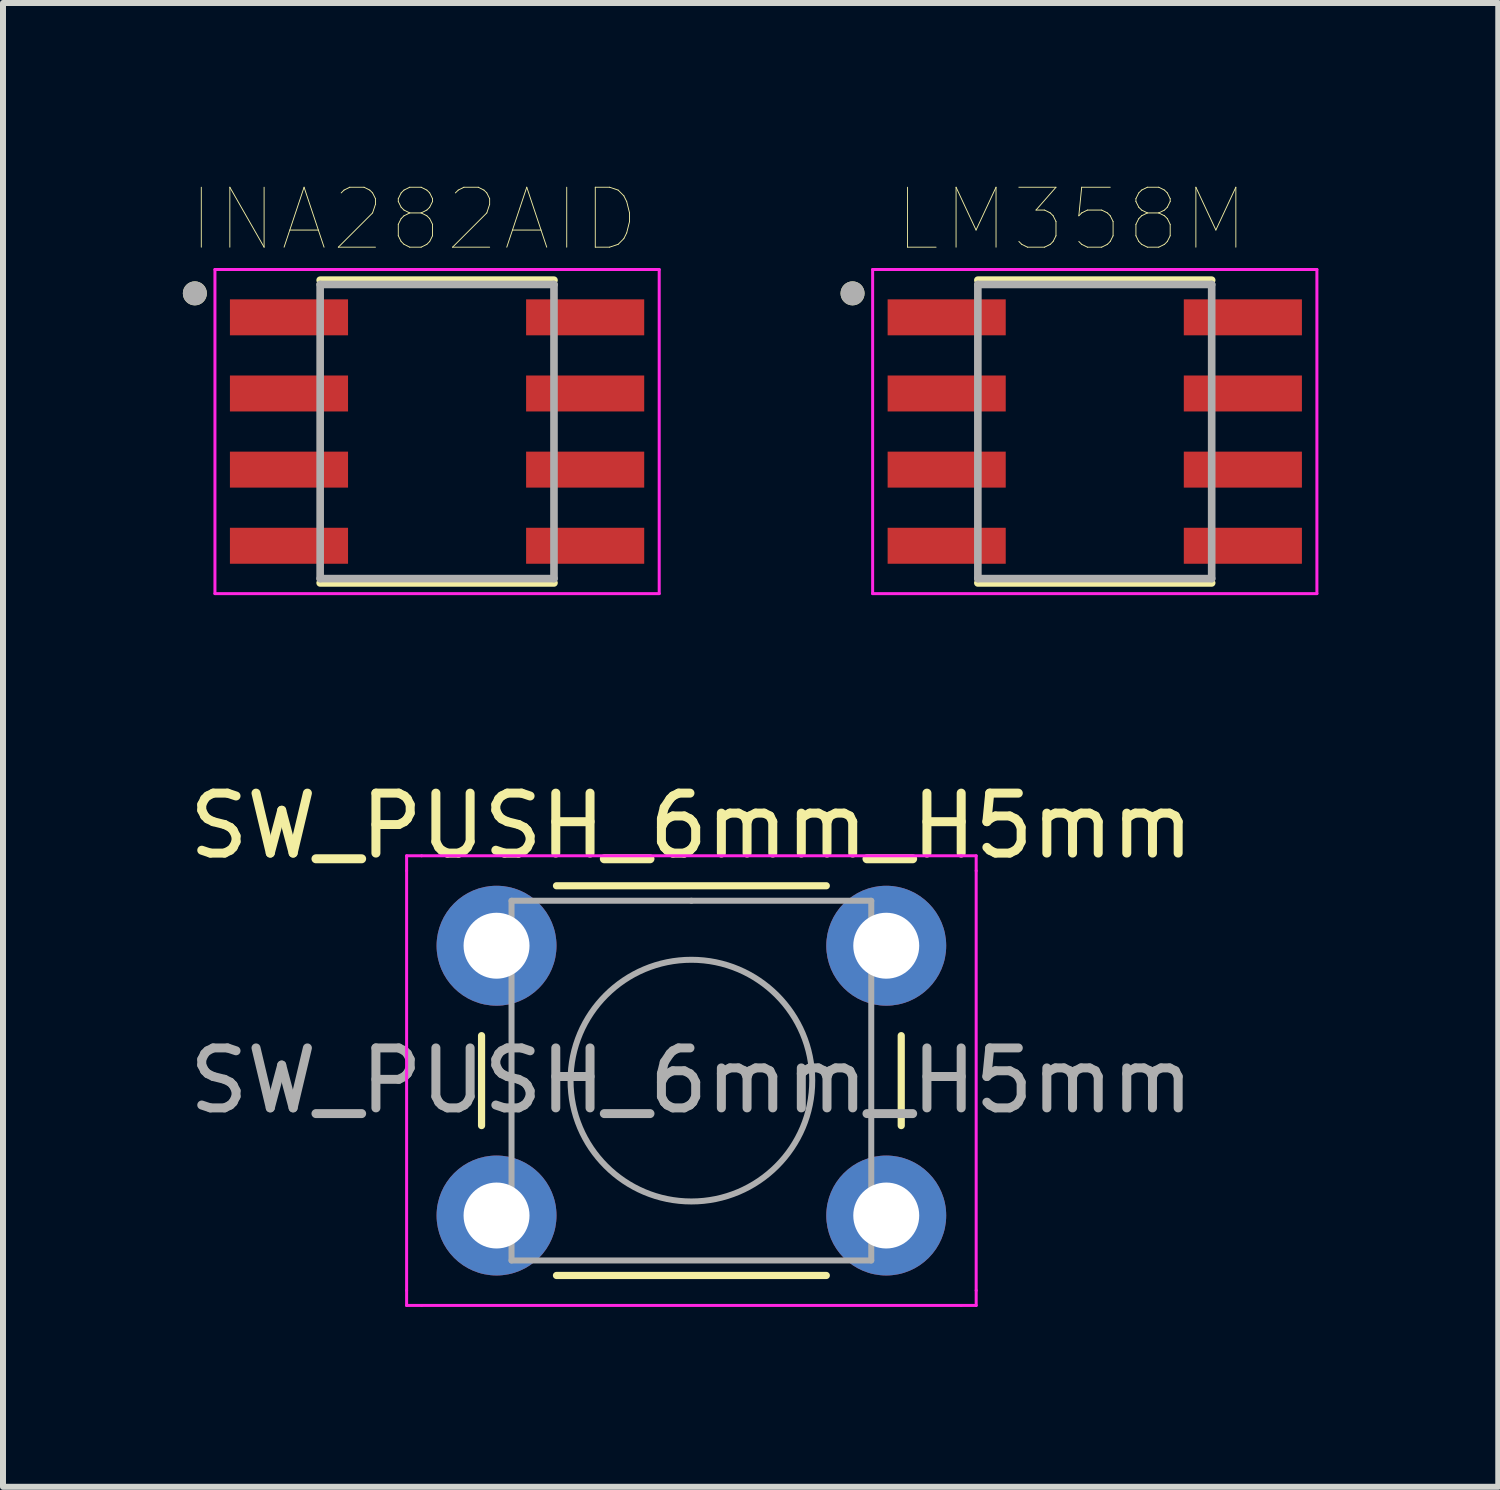
<source format=kicad_pcb>
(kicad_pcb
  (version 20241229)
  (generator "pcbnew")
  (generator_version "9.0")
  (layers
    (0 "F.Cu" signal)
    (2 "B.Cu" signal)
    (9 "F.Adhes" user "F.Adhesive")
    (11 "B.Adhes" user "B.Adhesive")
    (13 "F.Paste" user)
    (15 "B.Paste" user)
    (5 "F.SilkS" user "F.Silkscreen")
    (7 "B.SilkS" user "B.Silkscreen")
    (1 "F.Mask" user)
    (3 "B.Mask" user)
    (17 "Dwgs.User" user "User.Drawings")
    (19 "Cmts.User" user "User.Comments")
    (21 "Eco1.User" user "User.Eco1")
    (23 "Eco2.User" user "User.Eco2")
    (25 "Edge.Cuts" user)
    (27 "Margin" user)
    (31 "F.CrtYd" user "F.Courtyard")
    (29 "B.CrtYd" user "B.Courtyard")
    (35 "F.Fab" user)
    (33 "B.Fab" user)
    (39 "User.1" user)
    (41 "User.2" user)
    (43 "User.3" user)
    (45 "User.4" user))
  (footprint "INA282AID"
    (layer "F.Cu")
    (at 4.24 4.148)
    (property "Reference" "INA282AID" (at -0.385 -3.537 0) (layer "F.SilkS") (effects (font (size 1 1) (thickness 0.015))))
    (attr through_hole)
    (fp_line (start -1.95 -2.525) (end 1.95 -2.525) (stroke (width 0.127) (type solid)) (layer "F.SilkS"))
    (fp_line (start -1.95 2.525) (end 1.95 2.525) (stroke (width 0.127) (type solid)) (layer "F.SilkS"))
    (fp_circle (center -4.04 -2.305) (end -3.94 -2.305) (stroke (width 0.2) (type solid)) (fill no) (layer "F.SilkS"))
    (fp_line (start -3.705 -2.703) (end -3.705 2.703) (stroke (width 0.05) (type solid)) (layer "F.CrtYd"))
    (fp_line (start -3.705 -2.703) (end 3.705 -2.703) (stroke (width 0.05) (type solid)) (layer "F.CrtYd"))
    (fp_line (start -3.705 2.703) (end 3.705 2.703) (stroke (width 0.05) (type solid)) (layer "F.CrtYd"))
    (fp_line (start 3.705 -2.703) (end 3.705 2.703) (stroke (width 0.05) (type solid)) (layer "F.CrtYd"))
    (fp_line (start -1.95 -2.453) (end -1.95 2.453) (stroke (width 0.127) (type solid)) (layer "F.Fab"))
    (fp_line (start -1.95 -2.453) (end 1.95 -2.453) (stroke (width 0.127) (type solid)) (layer "F.Fab"))
    (fp_line (start -1.95 2.453) (end 1.95 2.453) (stroke (width 0.127) (type solid)) (layer "F.Fab"))
    (fp_line (start 1.95 -2.453) (end 1.95 2.453) (stroke (width 0.127) (type solid)) (layer "F.Fab"))
    (fp_circle (center -4.04 -2.305) (end -3.94 -2.305) (stroke (width 0.2) (type solid)) (fill no) (layer "F.Fab"))
    (pad "1" smd rect (at -2.47 -1.905) (size 1.97 0.6) (layers "F.Cu" "F.Mask" "F.Paste"))
    (pad "2" smd rect (at -2.47 -0.635) (size 1.97 0.6) (layers "F.Cu" "F.Mask" "F.Paste"))
    (pad "3" smd rect (at -2.47 0.635) (size 1.97 0.6) (layers "F.Cu" "F.Mask" "F.Paste"))
    (pad "4" smd rect (at -2.47 1.905) (size 1.97 0.6) (layers "F.Cu" "F.Mask" "F.Paste"))
    (pad "5" smd rect (at 2.47 1.905) (size 1.97 0.6) (layers "F.Cu" "F.Mask" "F.Paste"))
    (pad "6" smd rect (at 2.47 0.635) (size 1.97 0.6) (layers "F.Cu" "F.Mask" "F.Paste"))
    (pad "7" smd rect (at 2.47 -0.635) (size 1.97 0.6) (layers "F.Cu" "F.Mask" "F.Paste"))
    (pad "8" smd rect (at 2.47 -1.905) (size 1.97 0.6) (layers "F.Cu" "F.Mask" "F.Paste")))
  (footprint "SW_PUSH_6mm_H5mm"
    (layer "F.Cu")
    (at 5.232 12.724)
    (property "Reference" "SW_PUSH_6mm_H5mm" (at 3.25 -2 0) (layer "F.SilkS") (effects (font (size 1 1) (thickness 0.15))))
    (attr through_hole)
    (fp_line (start -0.25 1.5) (end -0.25 3) (stroke (width 0.12) (type solid)) (layer "F.SilkS"))
    (fp_line (start 1 5.5) (end 5.5 5.5) (stroke (width 0.12) (type solid)) (layer "F.SilkS"))
    (fp_line (start 5.5 -1) (end 1 -1) (stroke (width 0.12) (type solid)) (layer "F.SilkS"))
    (fp_line (start 6.75 3) (end 6.75 1.5) (stroke (width 0.12) (type solid)) (layer "F.SilkS"))
    (fp_line (start -1.5 -1.5) (end -1.25 -1.5) (stroke (width 0.05) (type solid)) (layer "F.CrtYd"))
    (fp_line (start -1.5 -1.25) (end -1.5 -1.5) (stroke (width 0.05) (type solid)) (layer "F.CrtYd"))
    (fp_line (start -1.5 5.75) (end -1.5 -1.25) (stroke (width 0.05) (type solid)) (layer "F.CrtYd"))
    (fp_line (start -1.5 5.75) (end -1.5 6) (stroke (width 0.05) (type solid)) (layer "F.CrtYd"))
    (fp_line (start -1.5 6) (end -1.25 6) (stroke (width 0.05) (type solid)) (layer "F.CrtYd"))
    (fp_line (start -1.25 -1.5) (end 7.75 -1.5) (stroke (width 0.05) (type solid)) (layer "F.CrtYd"))
    (fp_line (start 7.75 -1.5) (end 8 -1.5) (stroke (width 0.05) (type solid)) (layer "F.CrtYd"))
    (fp_line (start 7.75 6) (end -1.25 6) (stroke (width 0.05) (type solid)) (layer "F.CrtYd"))
    (fp_line (start 7.75 6) (end 8 6) (stroke (width 0.05) (type solid)) (layer "F.CrtYd"))
    (fp_line (start 8 -1.5) (end 8 -1.25) (stroke (width 0.05) (type solid)) (layer "F.CrtYd"))
    (fp_line (start 8 -1.25) (end 8 5.75) (stroke (width 0.05) (type solid)) (layer "F.CrtYd"))
    (fp_line (start 8 6) (end 8 5.75) (stroke (width 0.05) (type solid)) (layer "F.CrtYd"))
    (fp_line (start 0.25 -0.75) (end 3.25 -0.75) (stroke (width 0.1) (type solid)) (layer "F.Fab"))
    (fp_line (start 0.25 5.25) (end 0.25 -0.75) (stroke (width 0.1) (type solid)) (layer "F.Fab"))
    (fp_line (start 3.25 -0.75) (end 6.25 -0.75) (stroke (width 0.1) (type solid)) (layer "F.Fab"))
    (fp_line (start 6.25 -0.75) (end 6.25 5.25) (stroke (width 0.1) (type solid)) (layer "F.Fab"))
    (fp_line (start 6.25 5.25) (end 0.25 5.25) (stroke (width 0.1) (type solid)) (layer "F.Fab"))
    (fp_circle (center 3.25 2.25) (end 1.25 2.5) (stroke (width 0.1) (type solid)) (fill no) (layer "F.Fab"))
    (fp_text user "${REFERENCE}" (at 3.25 2.25 0) (layer "F.Fab") (effects (font (size 1 1) (thickness 0.15))))
    (pad "1" thru_hole circle (at 0 0 90) (size 2 2) (drill 1.1) (layers "*.Cu" "*.Mask"))
    (pad "2" thru_hole circle (at 0 4.5 90) (size 2 2) (drill 1.1) (layers "*.Cu" "*.Mask"))
    (pad "3" thru_hole circle (at 6.5 0 90) (size 2 2) (drill 1.1) (layers "*.Cu" "*.Mask"))
    (pad "4" thru_hole circle (at 6.5 4.5 90) (size 2 2) (drill 1.1) (layers "*.Cu" "*.Mask")))
  (footprint "LM358M"
    (layer "F.Cu")
    (at 15.21 4.148)
    (property "Reference" "LM358M" (at -0.385 -3.537 0) (layer "F.SilkS") (effects (font (size 1 1) (thickness 0.015))))
    (attr through_hole)
    (fp_line (start -1.95 -2.525) (end 1.95 -2.525) (stroke (width 0.127) (type solid)) (layer "F.SilkS"))
    (fp_line (start -1.95 2.525) (end 1.95 2.525) (stroke (width 0.127) (type solid)) (layer "F.SilkS"))
    (fp_circle (center -4.04 -2.305) (end -3.94 -2.305) (stroke (width 0.2) (type solid)) (fill no) (layer "F.SilkS"))
    (fp_line (start -3.705 -2.703) (end -3.705 2.703) (stroke (width 0.05) (type solid)) (layer "F.CrtYd"))
    (fp_line (start -3.705 -2.703) (end 3.705 -2.703) (stroke (width 0.05) (type solid)) (layer "F.CrtYd"))
    (fp_line (start -3.705 2.703) (end 3.705 2.703) (stroke (width 0.05) (type solid)) (layer "F.CrtYd"))
    (fp_line (start 3.705 -2.703) (end 3.705 2.703) (stroke (width 0.05) (type solid)) (layer "F.CrtYd"))
    (fp_line (start -1.95 -2.453) (end -1.95 2.453) (stroke (width 0.127) (type solid)) (layer "F.Fab"))
    (fp_line (start -1.95 -2.453) (end 1.95 -2.453) (stroke (width 0.127) (type solid)) (layer "F.Fab"))
    (fp_line (start -1.95 2.453) (end 1.95 2.453) (stroke (width 0.127) (type solid)) (layer "F.Fab"))
    (fp_line (start 1.95 -2.453) (end 1.95 2.453) (stroke (width 0.127) (type solid)) (layer "F.Fab"))
    (fp_circle (center -4.04 -2.305) (end -3.94 -2.305) (stroke (width 0.2) (type solid)) (fill no) (layer "F.Fab"))
    (pad "1" smd rect (at -2.47 -1.905) (size 1.97 0.6) (layers "F.Cu" "F.Mask" "F.Paste"))
    (pad "2" smd rect (at -2.47 -0.635) (size 1.97 0.6) (layers "F.Cu" "F.Mask" "F.Paste"))
    (pad "3" smd rect (at -2.47 0.635) (size 1.97 0.6) (layers "F.Cu" "F.Mask" "F.Paste"))
    (pad "4" smd rect (at -2.47 1.905) (size 1.97 0.6) (layers "F.Cu" "F.Mask" "F.Paste"))
    (pad "5" smd rect (at 2.47 1.905) (size 1.97 0.6) (layers "F.Cu" "F.Mask" "F.Paste"))
    (pad "6" smd rect (at 2.47 0.635) (size 1.97 0.6) (layers "F.Cu" "F.Mask" "F.Paste"))
    (pad "7" smd rect (at 2.47 -0.635) (size 1.97 0.6) (layers "F.Cu" "F.Mask" "F.Paste"))
    (pad "8" smd rect (at 2.47 -1.905) (size 1.97 0.6) (layers "F.Cu" "F.Mask" "F.Paste")))
  (gr_rect
    (start -3 -3)
    (end 21.94 21.749)
    (stroke (width 0.1) (type default))
    (fill no)
    (layer "Edge.Cuts")))
</source>
